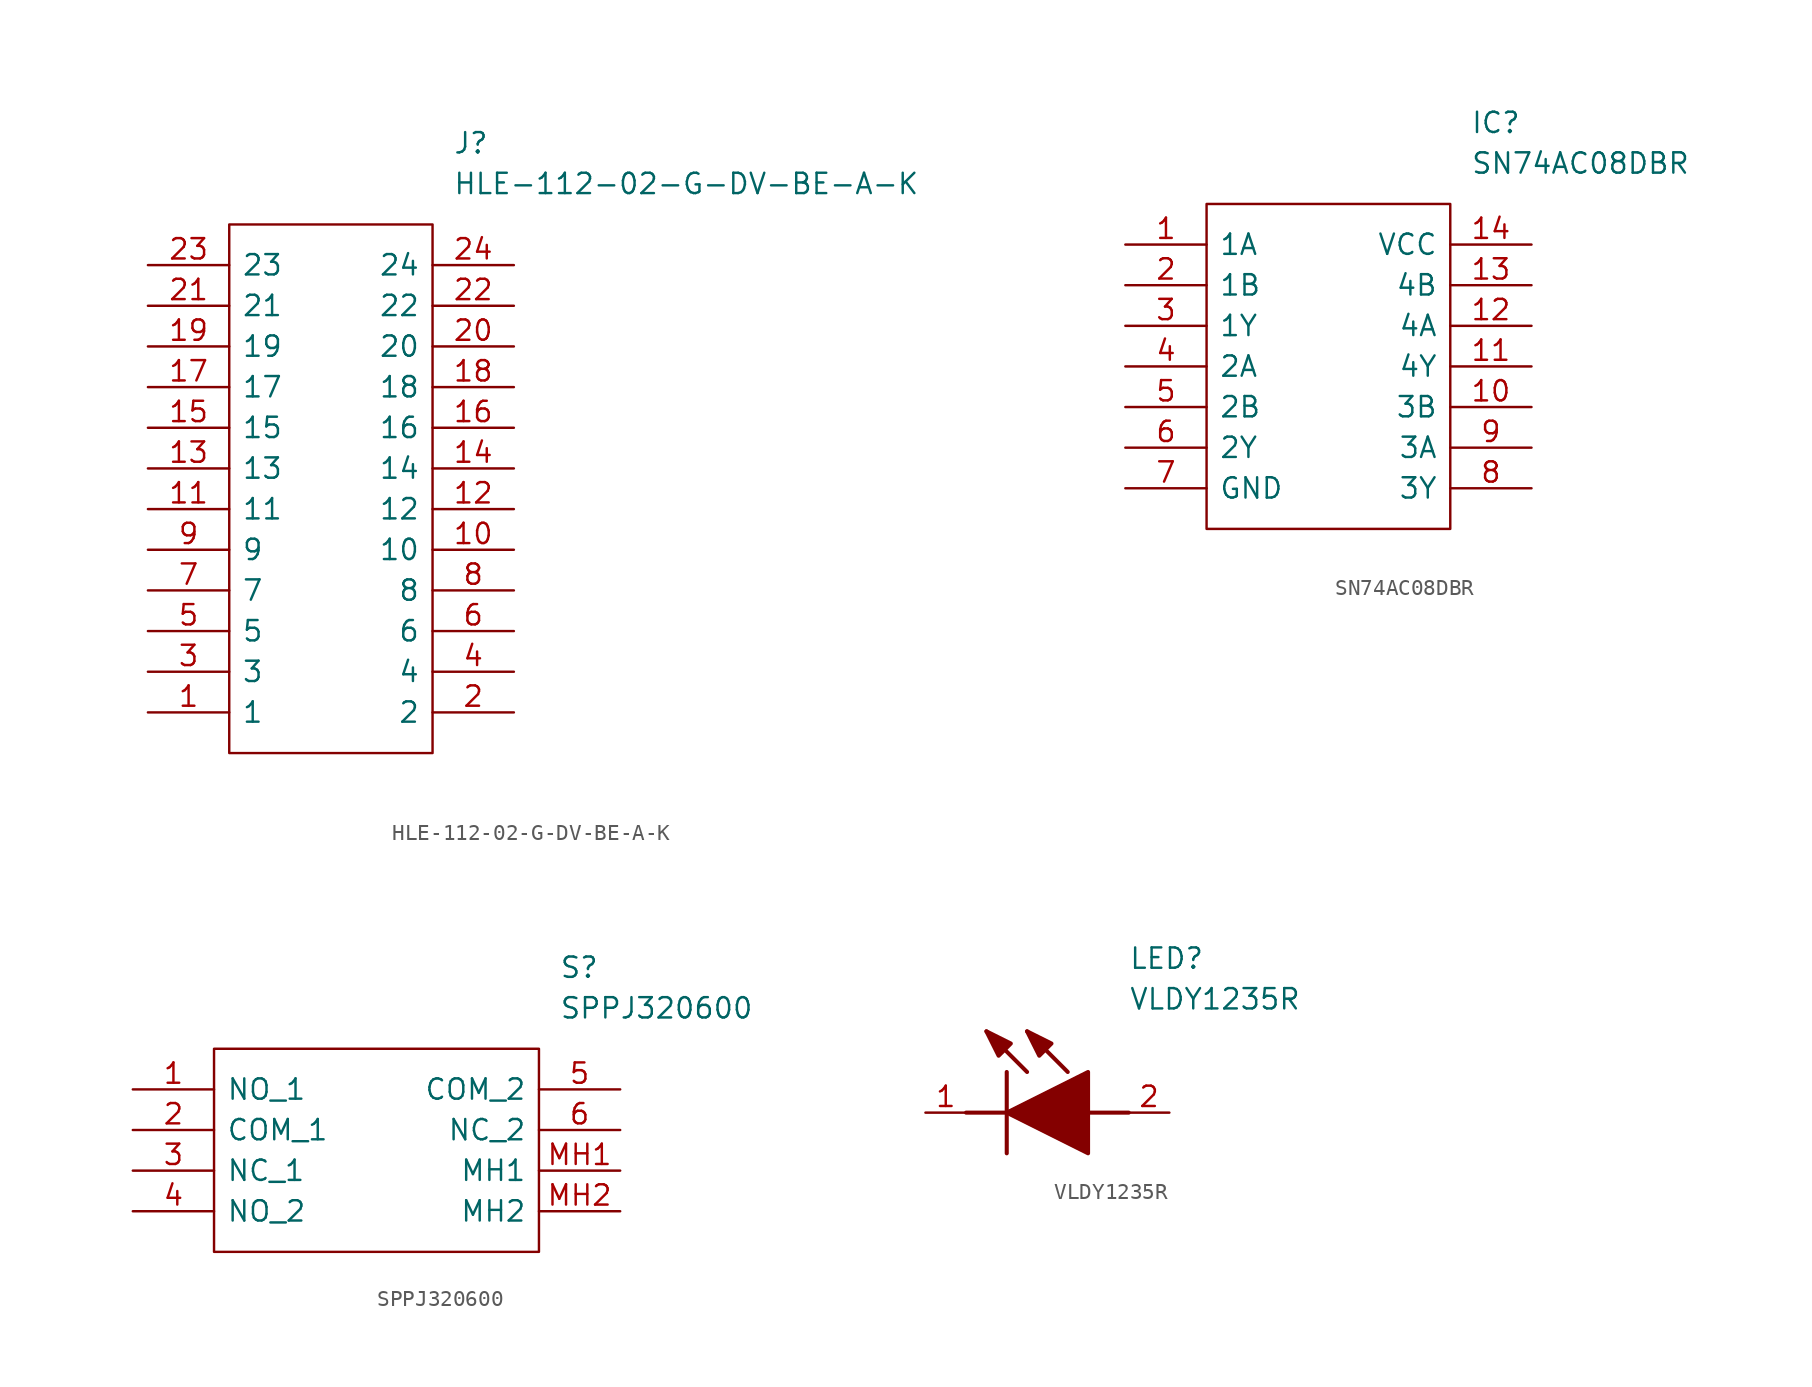
<source format=kicad_sym>
(kicad_symbol_lib
  (version 20231120)
  (generator "kicad_symbol_editor")
  (generator_version "8.0")
  (symbol "HLE-112-02-G-DV-BE-A-K"
    (pin_names
      (offset 0.762))
    (property "Reference" "J"
      (at 19.05 7.62 0)
      (effects (font (size 1.27 1.27)) (justify left)))
    (property "Value" "HLE-112-02-G-DV-BE-A-K"
      (at 19.05 5.08 0)
      (effects (font (size 1.27 1.27)) (justify left)))
    (symbol "HLE-112-02-G-DV-BE-A-K_0_0"
      (pin passive line (at 0 -27.94 0) (length 5.08) (name "1" (effects (font (size 1.27 1.27)))) (number "1" (effects (font (size 1.27 1.27)))))
      (pin passive line (at 22.86 -17.78 180) (length 5.08) (name "10" (effects (font (size 1.27 1.27)))) (number "10" (effects (font (size 1.27 1.27)))))
      (pin passive line (at 0 -15.24 0) (length 5.08) (name "11" (effects (font (size 1.27 1.27)))) (number "11" (effects (font (size 1.27 1.27)))))
      (pin passive line (at 22.86 -15.24 180) (length 5.08) (name "12" (effects (font (size 1.27 1.27)))) (number "12" (effects (font (size 1.27 1.27)))))
      (pin passive line (at 0 -12.7 0) (length 5.08) (name "13" (effects (font (size 1.27 1.27)))) (number "13" (effects (font (size 1.27 1.27)))))
      (pin passive line (at 22.86 -12.7 180) (length 5.08) (name "14" (effects (font (size 1.27 1.27)))) (number "14" (effects (font (size 1.27 1.27)))))
      (pin passive line (at 0 -10.16 0) (length 5.08) (name "15" (effects (font (size 1.27 1.27)))) (number "15" (effects (font (size 1.27 1.27)))))
      (pin passive line (at 22.86 -10.16 180) (length 5.08) (name "16" (effects (font (size 1.27 1.27)))) (number "16" (effects (font (size 1.27 1.27)))))
      (pin passive line (at 0 -7.62 0) (length 5.08) (name "17" (effects (font (size 1.27 1.27)))) (number "17" (effects (font (size 1.27 1.27)))))
      (pin passive line (at 22.86 -7.62 180) (length 5.08) (name "18" (effects (font (size 1.27 1.27)))) (number "18" (effects (font (size 1.27 1.27)))))
      (pin passive line (at 0 -5.08 0) (length 5.08) (name "19" (effects (font (size 1.27 1.27)))) (number "19" (effects (font (size 1.27 1.27)))))
      (pin passive line (at 22.86 -27.94 180) (length 5.08) (name "2" (effects (font (size 1.27 1.27)))) (number "2" (effects (font (size 1.27 1.27)))))
      (pin passive line (at 22.86 -5.08 180) (length 5.08) (name "20" (effects (font (size 1.27 1.27)))) (number "20" (effects (font (size 1.27 1.27)))))
      (pin passive line (at 0 -2.54 0) (length 5.08) (name "21" (effects (font (size 1.27 1.27)))) (number "21" (effects (font (size 1.27 1.27)))))
      (pin passive line (at 22.86 -2.54 180) (length 5.08) (name "22" (effects (font (size 1.27 1.27)))) (number "22" (effects (font (size 1.27 1.27)))))
      (pin passive line (at 0 0 0) (length 5.08) (name "23" (effects (font (size 1.27 1.27)))) (number "23" (effects (font (size 1.27 1.27)))))
      (pin passive line (at 22.86 0 180) (length 5.08) (name "24" (effects (font (size 1.27 1.27)))) (number "24" (effects (font (size 1.27 1.27)))))
      (pin passive line (at 0 -25.4 0) (length 5.08) (name "3" (effects (font (size 1.27 1.27)))) (number "3" (effects (font (size 1.27 1.27)))))
      (pin passive line (at 22.86 -25.4 180) (length 5.08) (name "4" (effects (font (size 1.27 1.27)))) (number "4" (effects (font (size 1.27 1.27)))))
      (pin passive line (at 0 -22.86 0) (length 5.08) (name "5" (effects (font (size 1.27 1.27)))) (number "5" (effects (font (size 1.27 1.27)))))
      (pin passive line (at 22.86 -22.86 180) (length 5.08) (name "6" (effects (font (size 1.27 1.27)))) (number "6" (effects (font (size 1.27 1.27)))))
      (pin passive line (at 0 -20.32 0) (length 5.08) (name "7" (effects (font (size 1.27 1.27)))) (number "7" (effects (font (size 1.27 1.27)))))
      (pin passive line (at 22.86 -20.32 180) (length 5.08) (name "8" (effects (font (size 1.27 1.27)))) (number "8" (effects (font (size 1.27 1.27)))))
      (pin passive line (at 0 -17.78 0) (length 5.08) (name "9" (effects (font (size 1.27 1.27)))) (number "9" (effects (font (size 1.27 1.27))))))
    (symbol "HLE-112-02-G-DV-BE-A-K_0_1"
      (polyline (pts (xy 5.08 2.54) (xy 17.78 2.54) (xy 17.78 -30.48) (xy 5.08 -30.48) (xy 5.08 2.54)) (stroke (width 0.152) (type solid)) (fill (type none)))))
  (symbol "SN74AC08DBR"
    (pin_names
      (offset 0.762))
    (property "Reference" "IC"
      (at 21.59 7.62 0)
      (effects (font (size 1.27 1.27)) (justify left)))
    (property "Value" "SN74AC08DBR"
      (at 21.59 5.08 0)
      (effects (font (size 1.27 1.27)) (justify left)))
    (symbol "SN74AC08DBR_0_0"
      (pin passive line (at 0 0 0) (length 5.08) (name "1A" (effects (font (size 1.27 1.27)))) (number "1" (effects (font (size 1.27 1.27)))))
      (pin passive line (at 25.4 -10.16 180) (length 5.08) (name "3B" (effects (font (size 1.27 1.27)))) (number "10" (effects (font (size 1.27 1.27)))))
      (pin passive line (at 25.4 -7.62 180) (length 5.08) (name "4Y" (effects (font (size 1.27 1.27)))) (number "11" (effects (font (size 1.27 1.27)))))
      (pin passive line (at 25.4 -5.08 180) (length 5.08) (name "4A" (effects (font (size 1.27 1.27)))) (number "12" (effects (font (size 1.27 1.27)))))
      (pin passive line (at 25.4 -2.54 180) (length 5.08) (name "4B" (effects (font (size 1.27 1.27)))) (number "13" (effects (font (size 1.27 1.27)))))
      (pin passive line (at 25.4 0 180) (length 5.08) (name "VCC" (effects (font (size 1.27 1.27)))) (number "14" (effects (font (size 1.27 1.27)))))
      (pin passive line (at 0 -2.54 0) (length 5.08) (name "1B" (effects (font (size 1.27 1.27)))) (number "2" (effects (font (size 1.27 1.27)))))
      (pin passive line (at 0 -5.08 0) (length 5.08) (name "1Y" (effects (font (size 1.27 1.27)))) (number "3" (effects (font (size 1.27 1.27)))))
      (pin passive line (at 0 -7.62 0) (length 5.08) (name "2A" (effects (font (size 1.27 1.27)))) (number "4" (effects (font (size 1.27 1.27)))))
      (pin passive line (at 0 -10.16 0) (length 5.08) (name "2B" (effects (font (size 1.27 1.27)))) (number "5" (effects (font (size 1.27 1.27)))))
      (pin passive line (at 0 -12.7 0) (length 5.08) (name "2Y" (effects (font (size 1.27 1.27)))) (number "6" (effects (font (size 1.27 1.27)))))
      (pin passive line (at 0 -15.24 0) (length 5.08) (name "GND" (effects (font (size 1.27 1.27)))) (number "7" (effects (font (size 1.27 1.27)))))
      (pin passive line (at 25.4 -15.24 180) (length 5.08) (name "3Y" (effects (font (size 1.27 1.27)))) (number "8" (effects (font (size 1.27 1.27)))))
      (pin passive line (at 25.4 -12.7 180) (length 5.08) (name "3A" (effects (font (size 1.27 1.27)))) (number "9" (effects (font (size 1.27 1.27))))))
    (symbol "SN74AC08DBR_0_1"
      (polyline (pts (xy 5.08 2.54) (xy 20.32 2.54) (xy 20.32 -17.78) (xy 5.08 -17.78) (xy 5.08 2.54)) (stroke (width 0.152) (type solid)) (fill (type none)))))
  (symbol "SPPJ320600"
    (pin_names
      (offset 0.762))
    (property "Reference" "S"
      (at 26.67 7.62 0)
      (effects (font (size 1.27 1.27)) (justify left)))
    (property "Value" "SPPJ320600"
      (at 26.67 5.08 0)
      (effects (font (size 1.27 1.27)) (justify left)))
    (symbol "SPPJ320600_0_0"
      (pin passive line (at 0 0 0) (length 5.08) (name "NO_1" (effects (font (size 1.27 1.27)))) (number "1" (effects (font (size 1.27 1.27)))))
      (pin passive line (at 0 -2.54 0) (length 5.08) (name "COM_1" (effects (font (size 1.27 1.27)))) (number "2" (effects (font (size 1.27 1.27)))))
      (pin passive line (at 0 -5.08 0) (length 5.08) (name "NC_1" (effects (font (size 1.27 1.27)))) (number "3" (effects (font (size 1.27 1.27)))))
      (pin passive line (at 0 -7.62 0) (length 5.08) (name "NO_2" (effects (font (size 1.27 1.27)))) (number "4" (effects (font (size 1.27 1.27)))))
      (pin passive line (at 30.48 0 180) (length 5.08) (name "COM_2" (effects (font (size 1.27 1.27)))) (number "5" (effects (font (size 1.27 1.27)))))
      (pin passive line (at 30.48 -2.54 180) (length 5.08) (name "NC_2" (effects (font (size 1.27 1.27)))) (number "6" (effects (font (size 1.27 1.27)))))
      (pin passive line (at 30.48 -5.08 180) (length 5.08) (name "MH1" (effects (font (size 1.27 1.27)))) (number "MH1" (effects (font (size 1.27 1.27)))))
      (pin passive line (at 30.48 -7.62 180) (length 5.08) (name "MH2" (effects (font (size 1.27 1.27)))) (number "MH2" (effects (font (size 1.27 1.27))))))
    (symbol "SPPJ320600_0_1"
      (polyline (pts (xy 5.08 2.54) (xy 25.4 2.54) (xy 25.4 -10.16) (xy 5.08 -10.16) (xy 5.08 2.54)) (stroke (width 0.152) (type solid)) (fill (type none)))))
  (symbol "VLDY1235R"
    (pin_names hide)
    (property "Reference" "LED"
      (at 12.7 8.89 0)
      (effects (font (size 1.27 1.27)) (justify left bottom)))
    (property "Value" "VLDY1235R"
      (at 12.7 6.35 0)
      (effects (font (size 1.27 1.27)) (justify left bottom)))
    (polyline
      (pts (xy 5.08 2.54) (xy 5.08 -2.54))
      (stroke (width 0.254) (type default))
      (fill (type none)))
    (polyline
      (pts (xy 6.35 2.54) (xy 3.81 5.08))
      (stroke (width 0.254) (type default))
      (fill (type none)))
    (polyline
      (pts (xy 8.89 2.54) (xy 6.35 5.08))
      (stroke (width 0.254) (type default))
      (fill (type none)))
    (polyline
      (pts (xy 2.54 0) (xy 5.08 0))
      (stroke (width 0.254) (type default))
      (fill (type none)))
    (polyline
      (pts (xy 10.16 0) (xy 12.7 0))
      (stroke (width 0.254) (type default))
      (fill (type none)))
    (polyline
      (pts (xy 5.08 0) (xy 10.16 2.54) (xy 10.16 -2.54) (xy 5.08 0))
      (stroke (width 0.254) (type default))
      (fill (type outline)))
    (polyline
      (pts (xy 5.334 4.318) (xy 4.572 3.556) (xy 3.81 5.08) (xy 5.334 4.318))
      (stroke (width 0.254) (type default))
      (fill (type outline)))
    (polyline
      (pts (xy 7.874 4.318) (xy 7.112 3.556) (xy 6.35 5.08) (xy 7.874 4.318))
      (stroke (width 0.254) (type default))
      (fill (type outline)))
    (pin passive line
      (at 0 0 0)
      (length 2.54)
      (name "K" (effects (font (size 1.27 1.27))))
      (number "1" (effects (font (size 1.27 1.27)))))
    (pin passive line
      (at 15.24 0 180)
      (length 2.54)
      (name "A" (effects (font (size 1.27 1.27))))
      (number "2" (effects (font (size 1.27 1.27)))))))
</source>
